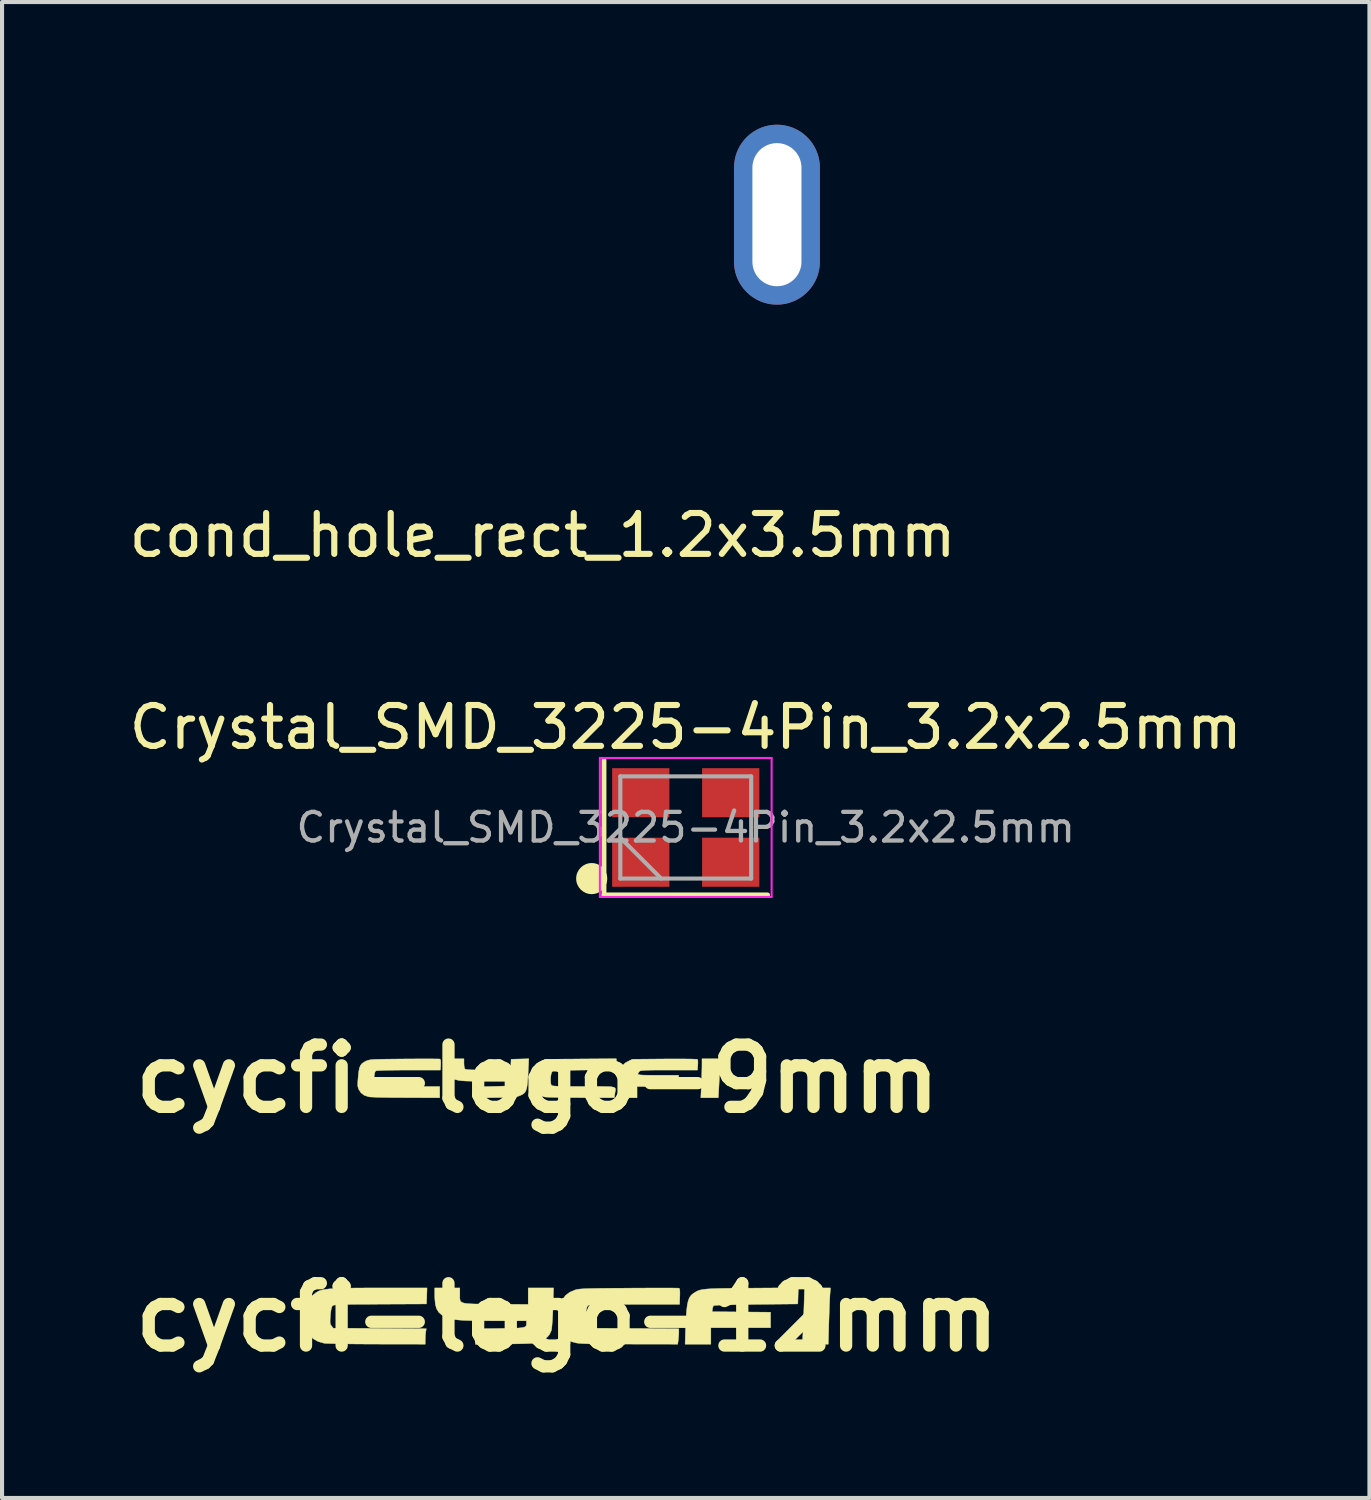
<source format=kicad_pcb>
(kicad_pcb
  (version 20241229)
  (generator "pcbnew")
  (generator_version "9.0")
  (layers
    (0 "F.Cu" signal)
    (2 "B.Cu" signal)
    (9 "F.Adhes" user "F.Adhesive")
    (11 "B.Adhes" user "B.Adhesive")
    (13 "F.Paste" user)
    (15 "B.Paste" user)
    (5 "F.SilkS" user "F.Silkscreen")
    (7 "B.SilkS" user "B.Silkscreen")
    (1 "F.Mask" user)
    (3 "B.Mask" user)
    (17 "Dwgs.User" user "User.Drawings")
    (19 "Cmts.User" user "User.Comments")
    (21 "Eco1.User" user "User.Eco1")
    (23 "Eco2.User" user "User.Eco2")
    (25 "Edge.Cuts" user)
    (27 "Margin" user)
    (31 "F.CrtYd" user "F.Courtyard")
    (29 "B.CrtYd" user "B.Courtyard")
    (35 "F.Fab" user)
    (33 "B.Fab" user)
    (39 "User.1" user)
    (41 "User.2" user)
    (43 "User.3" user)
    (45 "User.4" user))
  (footprint "cycfi-logo-12mm"
    (layer "F.Cu")
    (at 10.82 29.166)
    (property "Reference" "cycfi-logo-12mm" (at 0 0 0) (layer "F.SilkS") (effects (font (size 1.524 1.524) (thickness 0.3))))
    (attr through_hole)
    (fp_poly (pts (xy 6.427 -0.556) (xy 6.423 -0.487) (xy 6.418 -0.385) (xy 6.413 -0.257) (xy 6.408 -0.112) (xy 6.403 0.043) (xy 6.4 0.132) (xy 6.386 0.656) (xy 5.752 0.656) (xy 5.765 0.407) (xy 5.77 0.305) (xy 5.775 0.173) (xy 5.781 0.022) (xy 5.787 -0.136) (xy 5.792 -0.28) (xy 5.805 -0.72) (xy 6.44 -0.72) (xy 6.427 -0.556)) (stroke (width 0.01) (type solid)) (fill yes) (layer "F.SilkS"))
    (fp_poly (pts (xy 5.647 -0.525) (xy 5.641 -0.328) (xy 4.621 -0.318) (xy 4.373 -0.314) (xy 4.156 -0.311) (xy 3.97 -0.307) (xy 3.817 -0.303) (xy 3.701 -0.298) (xy 3.622 -0.293) (xy 3.583 -0.287) (xy 3.58 -0.286) (xy 3.563 -0.251) (xy 3.552 -0.201) (xy 3.545 -0.138) (xy 4.974 -0.126) (xy 4.974 0.254) (xy 3.514 0.254) (xy 3.514 0.656) (xy 2.884 0.656) (xy 2.893 0.365) (xy 2.901 0.147) (xy 2.911 -0.032) (xy 2.923 -0.179) (xy 2.937 -0.295) (xy 2.956 -0.387) (xy 2.98 -0.457) (xy 3.009 -0.512) (xy 3.046 -0.554) (xy 3.088 -0.587) (xy 3.127 -0.612) (xy 3.163 -0.633) (xy 3.201 -0.651) (xy 3.245 -0.666) (xy 3.298 -0.678) (xy 3.363 -0.687) (xy 3.445 -0.695) (xy 3.547 -0.7) (xy 3.673 -0.705) (xy 3.827 -0.708) (xy 4.011 -0.711) (xy 4.23 -0.713) (xy 4.488 -0.714) (xy 4.515 -0.715) (xy 5.653 -0.723) (xy 5.647 -0.525)) (stroke (width 0.01) (type solid)) (fill yes) (layer "F.SilkS"))
    (fp_poly (pts (xy -2.625 -0.564) (xy -2.625 -0.506) (xy -2.625 -0.459) (xy -2.619 -0.421) (xy -2.604 -0.39) (xy -2.577 -0.368) (xy -2.533 -0.351) (xy -2.469 -0.339) (xy -2.382 -0.332) (xy -2.266 -0.327) (xy -2.119 -0.325) (xy -1.937 -0.323) (xy -1.744 -0.322) (xy -0.953 -0.316) (xy -0.953 -0.72) (xy -0.332 -0.72) (xy -0.347 -0.249) (xy -0.352 -0.106) (xy -0.359 0.029) (xy -0.367 0.147) (xy -0.375 0.241) (xy -0.383 0.303) (xy -0.385 0.316) (xy -0.432 0.419) (xy -0.512 0.51) (xy -0.617 0.58) (xy -0.681 0.606) (xy -0.718 0.616) (xy -0.762 0.624) (xy -0.818 0.631) (xy -0.892 0.637) (xy -0.987 0.641) (xy -1.109 0.645) (xy -1.262 0.648) (xy -1.451 0.65) (xy -1.519 0.651) (xy -2.244 0.66) (xy -2.244 0.279) (xy -1.654 0.272) (xy -1.47 0.269) (xy -1.324 0.266) (xy -1.211 0.262) (xy -1.127 0.255) (xy -1.069 0.246) (xy -1.031 0.232) (xy -1.008 0.214) (xy -0.998 0.19) (xy -0.995 0.16) (xy -0.995 0.146) (xy -0.995 0.085) (xy -1.773 0.084) (xy -2.016 0.083) (xy -2.22 0.081) (xy -2.391 0.078) (xy -2.532 0.073) (xy -2.648 0.065) (xy -2.742 0.055) (xy -2.818 0.043) (xy -2.882 0.027) (xy -2.937 0.009) (xy -2.959 -0.001) (xy -3.066 -0.058) (xy -3.143 -0.127) (xy -3.195 -0.214) (xy -3.225 -0.325) (xy -3.237 -0.468) (xy -3.238 -0.513) (xy -3.239 -0.72) (xy -2.625 -0.72) (xy -2.625 -0.564)) (stroke (width 0.01) (type solid)) (fill yes) (layer "F.SilkS"))
    (fp_poly (pts (xy -3.433 -0.524) (xy -3.44 -0.328) (xy -4.574 -0.323) (xy -4.823 -0.321) (xy -5.033 -0.32) (xy -5.208 -0.319) (xy -5.351 -0.317) (xy -5.465 -0.315) (xy -5.553 -0.312) (xy -5.62 -0.308) (xy -5.668 -0.304) (xy -5.701 -0.299) (xy -5.723 -0.293) (xy -5.736 -0.286) (xy -5.742 -0.28) (xy -5.763 -0.236) (xy -5.779 -0.153) (xy -5.79 -0.042) (xy -5.796 0.053) (xy -5.797 0.117) (xy -5.791 0.159) (xy -5.778 0.189) (xy -5.762 0.212) (xy -5.719 0.265) (xy -4.582 0.271) (xy -3.445 0.278) (xy -3.458 0.356) (xy -3.466 0.425) (xy -3.47 0.51) (xy -3.471 0.545) (xy -3.471 0.656) (xy -4.651 0.654) (xy -4.875 0.653) (xy -5.088 0.652) (xy -5.288 0.65) (xy -5.469 0.647) (xy -5.627 0.644) (xy -5.759 0.641) (xy -5.859 0.638) (xy -5.924 0.635) (xy -5.943 0.633) (xy -6.091 0.591) (xy -6.211 0.523) (xy -6.299 0.43) (xy -6.352 0.319) (xy -6.361 0.261) (xy -6.364 0.172) (xy -6.363 0.063) (xy -6.357 -0.056) (xy -6.347 -0.175) (xy -6.335 -0.284) (xy -6.32 -0.372) (xy -6.304 -0.43) (xy -6.301 -0.436) (xy -6.233 -0.529) (xy -6.141 -0.607) (xy -6.075 -0.643) (xy -6.03 -0.659) (xy -5.978 -0.673) (xy -5.914 -0.684) (xy -5.835 -0.694) (xy -5.739 -0.702) (xy -5.621 -0.708) (xy -5.478 -0.712) (xy -5.306 -0.716) (xy -5.103 -0.718) (xy -4.865 -0.719) (xy -4.588 -0.72) (xy -4.549 -0.72) (xy -3.427 -0.72) (xy -3.433 -0.524)) (stroke (width 0.01) (type solid)) (fill yes) (layer "F.SilkS"))
    (fp_poly (pts (xy 2.458 -0.717) (xy 2.58 -0.717) (xy 2.669 -0.716) (xy 2.723 -0.714) (xy 2.738 -0.713) (xy 2.751 -0.688) (xy 2.757 -0.625) (xy 2.756 -0.522) (xy 2.755 -0.511) (xy 2.749 -0.318) (xy 1.642 -0.318) (xy 1.397 -0.317) (xy 1.19 -0.317) (xy 1.019 -0.317) (xy 0.88 -0.315) (xy 0.769 -0.314) (xy 0.683 -0.311) (xy 0.619 -0.308) (xy 0.573 -0.304) (xy 0.541 -0.299) (xy 0.521 -0.293) (xy 0.508 -0.286) (xy 0.501 -0.28) (xy 0.481 -0.239) (xy 0.465 -0.164) (xy 0.454 -0.053) (xy 0.453 -0.041) (xy 0.447 0.054) (xy 0.447 0.118) (xy 0.453 0.159) (xy 0.466 0.19) (xy 0.482 0.212) (xy 0.525 0.265) (xy 2.731 0.278) (xy 2.731 0.369) (xy 2.727 0.451) (xy 2.719 0.539) (xy 2.717 0.558) (xy 2.704 0.656) (xy 1.526 0.654) (xy 1.252 0.654) (xy 1.016 0.653) (xy 0.818 0.651) (xy 0.652 0.649) (xy 0.517 0.646) (xy 0.41 0.642) (xy 0.327 0.637) (xy 0.266 0.632) (xy 0.223 0.625) (xy 0.219 0.625) (xy 0.099 0.592) (xy 0.009 0.552) (xy -0.06 0.497) (xy -0.099 0.451) (xy -0.159 0.373) (xy -0.158 0.012) (xy -0.157 -0.122) (xy -0.154 -0.222) (xy -0.15 -0.294) (xy -0.143 -0.347) (xy -0.133 -0.388) (xy -0.117 -0.424) (xy -0.11 -0.438) (xy -0.039 -0.537) (xy 0.062 -0.614) (xy 0.191 -0.669) (xy 0.219 -0.677) (xy 0.251 -0.684) (xy 0.292 -0.69) (xy 0.345 -0.695) (xy 0.412 -0.699) (xy 0.499 -0.703) (xy 0.608 -0.705) (xy 0.742 -0.708) (xy 0.906 -0.71) (xy 1.103 -0.712) (xy 1.337 -0.713) (xy 1.51 -0.715) (xy 1.733 -0.716) (xy 1.942 -0.717) (xy 2.136 -0.717) (xy 2.309 -0.718) (xy 2.458 -0.717)) (stroke (width 0.01) (type solid)) (fill yes) (layer "F.SilkS")))
  (footprint "Crystal_SMD_3225-4Pin_3.2x2.5mm"
    (layer "F.Cu")
    (at 13.72 17.186)
    (property "Reference" "Crystal_SMD_3225-4Pin_3.2x2.5mm" (at 0 -2.45 0) (layer "F.SilkS") (effects (font (size 1 1) (thickness 0.15))))
    (attr smd)
    (fp_line (start -2 -1.65) (end -2 1.65) (stroke (width 0.12) (type solid)) (layer "F.SilkS"))
    (fp_line (start -2 1.65) (end 2 1.65) (stroke (width 0.12) (type solid)) (layer "F.SilkS"))
    (fp_circle (center -2.3 1.25) (end -1.98 1.25) (stroke (width 0.12) (type solid)) (fill yes) (layer "F.SilkS"))
    (fp_line (start -2.1 -1.7) (end -2.1 1.7) (stroke (width 0.05) (type solid)) (layer "F.CrtYd"))
    (fp_line (start -2.1 1.7) (end 2.1 1.7) (stroke (width 0.05) (type solid)) (layer "F.CrtYd"))
    (fp_line (start 2.1 -1.7) (end -2.1 -1.7) (stroke (width 0.05) (type solid)) (layer "F.CrtYd"))
    (fp_line (start 2.1 1.7) (end 2.1 -1.7) (stroke (width 0.05) (type solid)) (layer "F.CrtYd"))
    (fp_line (start -1.6 -1.25) (end -1.6 1.25) (stroke (width 0.1) (type solid)) (layer "F.Fab"))
    (fp_line (start -1.6 0.25) (end -0.6 1.25) (stroke (width 0.1) (type solid)) (layer "F.Fab"))
    (fp_line (start -1.6 1.25) (end 1.6 1.25) (stroke (width 0.1) (type solid)) (layer "F.Fab"))
    (fp_line (start 1.6 -1.25) (end -1.6 -1.25) (stroke (width 0.1) (type solid)) (layer "F.Fab"))
    (fp_line (start 1.6 1.25) (end 1.6 -1.25) (stroke (width 0.1) (type solid)) (layer "F.Fab"))
    (fp_text user "${REFERENCE}" (at 0 0 0) (layer "F.Fab") (effects (font (size 0.7 0.7) (thickness 0.105))))
    (pad "1" smd rect (at -1.1 0.85) (size 1.4 1.2) (layers "F.Cu" "F.Mask" "F.Paste"))
    (pad "2" smd rect (at 1.1 0.85) (size 1.4 1.2) (layers "F.Cu" "F.Mask" "F.Paste"))
    (pad "3" smd rect (at 1.1 -0.85) (size 1.4 1.2) (layers "F.Cu" "F.Mask" "F.Paste"))
    (pad "4" smd rect (at -1.1 -0.85) (size 1.4 1.2) (layers "F.Cu" "F.Mask" "F.Paste")))
  (footprint "cycfi-logo-9mm"
    (layer "F.Cu")
    (at 10.095 23.33)
    (property "Reference" "cycfi-logo-9mm" (at 0 0 0) (layer "F.SilkS") (effects (font (size 1.524 1.524) (thickness 0.3))))
    (attr through_hole)
    (fp_poly (pts (xy 4.454 -0.206) (xy 4.449 -0.078) (xy 4.443 0.057) (xy 4.437 0.181) (xy 4.432 0.27) (xy 4.42 0.466) (xy 3.994 0.466) (xy 4.008 0.145) (xy 4.013 0.017) (xy 4.017 -0.111) (xy 4.02 -0.225) (xy 4.022 -0.313) (xy 4.022 -0.331) (xy 4.022 -0.487) (xy 4.465 -0.487) (xy 4.454 -0.206)) (stroke (width 0.01) (type solid)) (fill yes) (layer "F.SilkS"))
    (fp_poly (pts (xy 3.601 -0.483) (xy 3.726 -0.482) (xy 3.822 -0.479) (xy 3.887 -0.476) (xy 3.914 -0.473) (xy 3.915 -0.472) (xy 3.921 -0.443) (xy 3.923 -0.386) (xy 3.92 -0.333) (xy 3.912 -0.212) (xy 3.217 -0.212) (xy 3.024 -0.211) (xy 2.869 -0.211) (xy 2.748 -0.209) (xy 2.656 -0.207) (xy 2.589 -0.203) (xy 2.542 -0.198) (xy 2.512 -0.191) (xy 2.494 -0.183) (xy 2.489 -0.178) (xy 2.462 -0.139) (xy 2.455 -0.115) (xy 2.461 -0.105) (xy 2.482 -0.098) (xy 2.522 -0.092) (xy 2.586 -0.088) (xy 2.679 -0.086) (xy 2.805 -0.085) (xy 2.953 -0.085) (xy 3.45 -0.085) (xy 3.45 0.191) (xy 2.434 0.191) (xy 2.434 0.466) (xy 2.005 0.466) (xy 2.019 0.122) (xy 2.027 -0.032) (xy 2.037 -0.149) (xy 2.052 -0.237) (xy 2.074 -0.301) (xy 2.104 -0.349) (xy 2.146 -0.386) (xy 2.201 -0.418) (xy 2.212 -0.423) (xy 2.318 -0.476) (xy 3.109 -0.483) (xy 3.288 -0.484) (xy 3.454 -0.484) (xy 3.601 -0.483)) (stroke (width 0.01) (type solid)) (fill yes) (layer "F.SilkS"))
    (fp_poly (pts (xy -0.224 -0.271) (xy -0.232 -0.095) (xy -0.241 0.044) (xy -0.251 0.151) (xy -0.265 0.232) (xy -0.283 0.29) (xy -0.307 0.333) (xy -0.338 0.364) (xy -0.379 0.389) (xy -0.42 0.409) (xy -0.454 0.423) (xy -0.49 0.435) (xy -0.534 0.443) (xy -0.592 0.449) (xy -0.67 0.454) (xy -0.774 0.457) (xy -0.91 0.46) (xy -1.033 0.462) (xy -1.547 0.47) (xy -1.541 0.335) (xy -1.535 0.201) (xy -1.111 0.189) (xy -0.982 0.186) (xy -0.868 0.182) (xy -0.777 0.179) (xy -0.713 0.176) (xy -0.684 0.174) (xy -0.683 0.173) (xy -0.679 0.152) (xy -0.677 0.116) (xy -0.677 0.064) (xy -1.258 0.064) (xy -1.461 0.063) (xy -1.627 0.06) (xy -1.76 0.056) (xy -1.865 0.048) (xy -1.946 0.037) (xy -2.01 0.021) (xy -2.06 0.001) (xy -2.101 -0.025) (xy -2.131 -0.05) (xy -2.193 -0.127) (xy -2.225 -0.221) (xy -2.23 -0.341) (xy -2.228 -0.378) (xy -2.217 -0.487) (xy -1.799 -0.487) (xy -1.799 -0.375) (xy -1.795 -0.306) (xy -1.783 -0.254) (xy -1.774 -0.237) (xy -1.752 -0.229) (xy -1.702 -0.222) (xy -1.622 -0.217) (xy -1.508 -0.214) (xy -1.358 -0.212) (xy -1.203 -0.212) (xy -0.658 -0.212) (xy -0.652 -0.344) (xy -0.646 -0.476) (xy -0.429 -0.482) (xy -0.213 -0.488) (xy -0.224 -0.271)) (stroke (width 0.01) (type solid)) (fill yes) (layer "F.SilkS"))
    (fp_poly (pts (xy 1.922 -0.356) (xy 1.916 -0.222) (xy 1.144 -0.212) (xy 0.372 -0.201) (xy 0.345 -0.148) (xy 0.329 -0.094) (xy 0.32 -0.021) (xy 0.319 0.056) (xy 0.326 0.122) (xy 0.341 0.163) (xy 0.343 0.165) (xy 0.362 0.172) (xy 0.406 0.178) (xy 0.477 0.183) (xy 0.579 0.186) (xy 0.714 0.189) (xy 0.884 0.19) (xy 1.094 0.19) (xy 1.137 0.191) (xy 1.34 0.19) (xy 1.505 0.19) (xy 1.635 0.191) (xy 1.735 0.193) (xy 1.808 0.198) (xy 1.857 0.207) (xy 1.888 0.22) (xy 1.903 0.239) (xy 1.907 0.264) (xy 1.904 0.297) (xy 1.896 0.337) (xy 1.892 0.367) (xy 1.878 0.466) (xy 1.061 0.463) (xy 0.876 0.462) (xy 0.702 0.461) (xy 0.543 0.459) (xy 0.406 0.456) (xy 0.295 0.453) (xy 0.216 0.45) (xy 0.172 0.446) (xy 0.169 0.446) (xy 0.057 0.409) (xy -0.03 0.352) (xy -0.076 0.293) (xy -0.092 0.252) (xy -0.101 0.199) (xy -0.105 0.125) (xy -0.103 0.019) (xy -0.102 -0.008) (xy -0.094 -0.142) (xy -0.079 -0.241) (xy -0.052 -0.313) (xy -0.011 -0.367) (xy 0.049 -0.41) (xy 0.084 -0.429) (xy 0.109 -0.441) (xy 0.134 -0.45) (xy 0.164 -0.458) (xy 0.203 -0.464) (xy 0.256 -0.469) (xy 0.326 -0.473) (xy 0.417 -0.476) (xy 0.535 -0.478) (xy 0.683 -0.48) (xy 0.865 -0.481) (xy 1.054 -0.483) (xy 1.928 -0.489) (xy 1.922 -0.356)) (stroke (width 0.01) (type solid)) (fill yes) (layer "F.SilkS"))
    (fp_poly (pts (xy -2.606 -0.485) (xy -2.5 -0.484) (xy -2.426 -0.483) (xy -2.388 -0.481) (xy -2.384 -0.48) (xy -2.37 -0.453) (xy -2.366 -0.388) (xy -2.367 -0.341) (xy -2.374 -0.212) (xy -3.15 -0.211) (xy -3.336 -0.211) (xy -3.505 -0.209) (xy -3.654 -0.207) (xy -3.779 -0.204) (xy -3.874 -0.2) (xy -3.935 -0.196) (xy -3.957 -0.191) (xy -3.976 -0.159) (xy -3.99 -0.099) (xy -3.998 -0.023) (xy -3.999 0.054) (xy -3.993 0.119) (xy -3.979 0.159) (xy -3.979 0.159) (xy -3.967 0.167) (xy -3.944 0.174) (xy -3.905 0.179) (xy -3.847 0.183) (xy -3.765 0.186) (xy -3.656 0.189) (xy -3.516 0.19) (xy -3.341 0.19) (xy -3.172 0.191) (xy -2.392 0.191) (xy -2.392 0.466) (xy -3.212 0.463) (xy -3.398 0.462) (xy -3.575 0.461) (xy -3.736 0.458) (xy -3.877 0.455) (xy -3.992 0.451) (xy -4.076 0.447) (xy -4.124 0.443) (xy -4.127 0.442) (xy -4.237 0.406) (xy -4.318 0.344) (xy -4.367 0.269) (xy -4.384 0.23) (xy -4.394 0.189) (xy -4.397 0.136) (xy -4.394 0.06) (xy -4.386 -0.04) (xy -4.373 -0.166) (xy -4.356 -0.259) (xy -4.329 -0.325) (xy -4.29 -0.373) (xy -4.235 -0.41) (xy -4.195 -0.431) (xy -4.168 -0.442) (xy -4.141 -0.451) (xy -4.108 -0.459) (xy -4.066 -0.465) (xy -4.009 -0.47) (xy -3.934 -0.473) (xy -3.836 -0.476) (xy -3.711 -0.478) (xy -3.554 -0.48) (xy -3.362 -0.482) (xy -3.252 -0.483) (xy -3.066 -0.484) (xy -2.894 -0.485) (xy -2.739 -0.485) (xy -2.606 -0.485)) (stroke (width 0.01) (type solid)) (fill yes) (layer "F.SilkS")))
  (footprint "cond_hole_rect_1.2x3.5mm"
    (layer "F.Cu")
    (at 15.95 2.2)
    (property "Reference" "cond_hole_rect_1.2x3.5mm" (at -5.73 7.84 0) (layer "F.SilkS") (effects (font (size 1 1) (thickness 0.15))))
    (attr exclude_from_pos_files exclude_from_bom)
    (pad "1" thru_hole oval (at 0 0) (size 2.1 4.4) (drill oval 1.2 3.5) (layers "*.Cu" "*.Mask")))
  (gr_rect
    (start -3 -3)
    (end 30.44 33.584)
    (stroke (width 0.1) (type default))
    (fill no)
    (layer "Edge.Cuts")))
</source>
